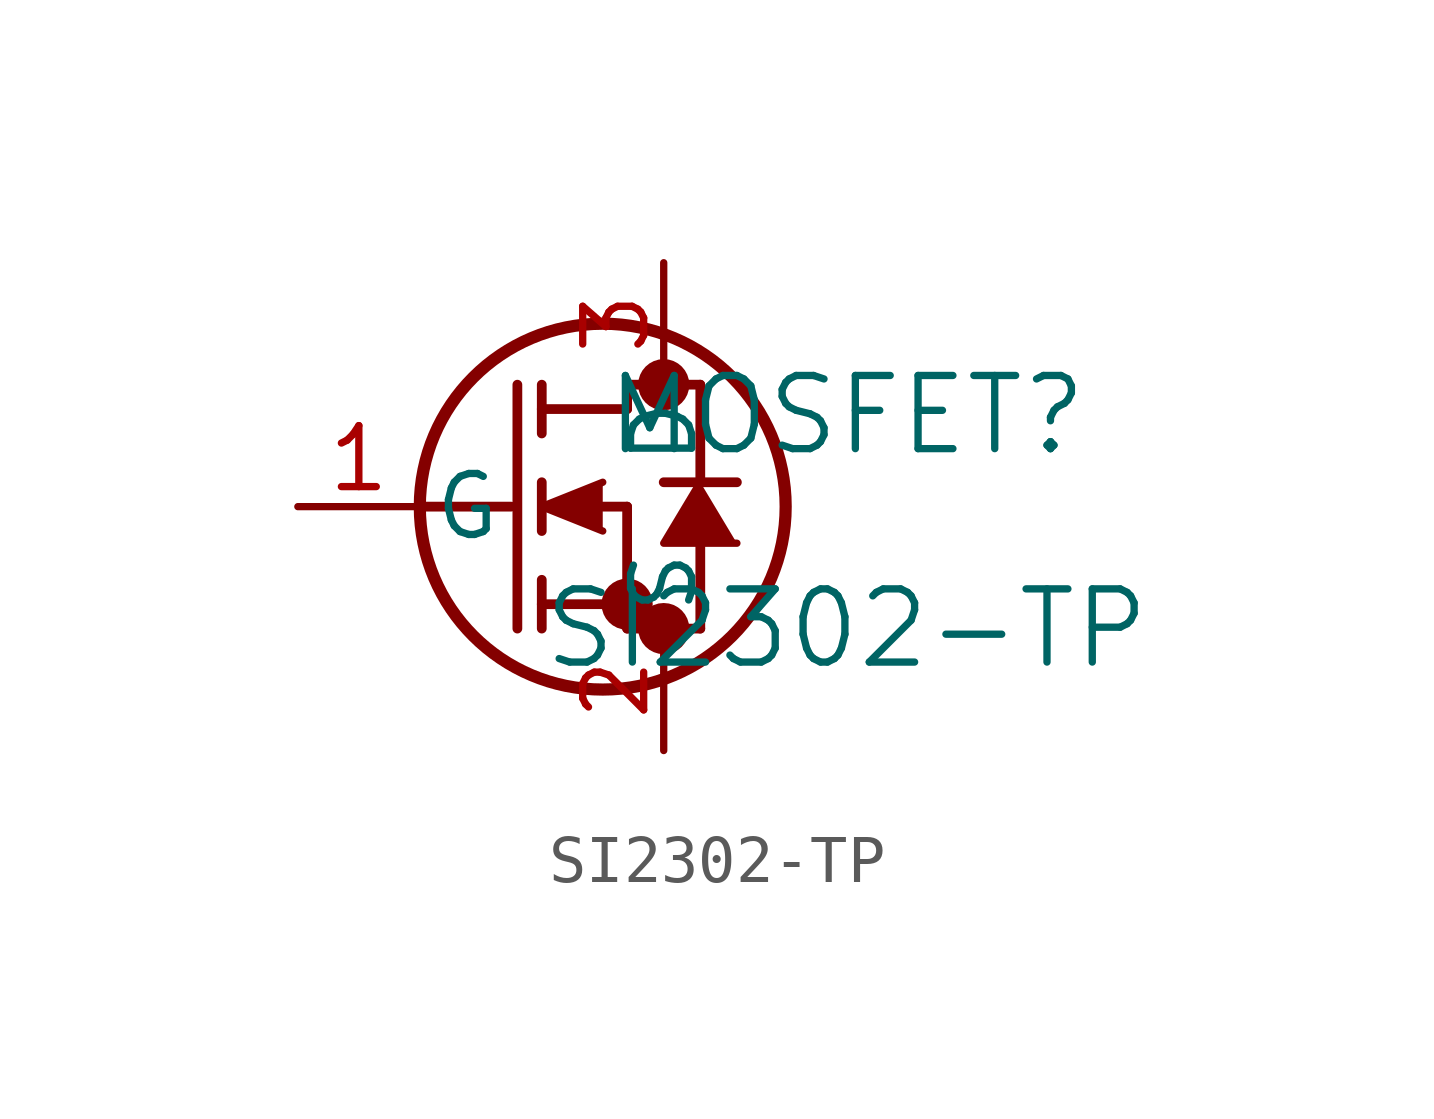
<source format=kicad_sym>
(kicad_symbol_lib
  (version 20211014)
  (generator kicad_symbol_editor)
  (symbol "SI2302-TP"
    (pin_names
      (offset 0.254))
    (property "Reference" "MOSFET"
      (at 11.43 1.905 0)
      (effects (font (size 1.524 1.524))))
    (property "Value" "SI2302-TP"
      (at 11.43 -2.54 0)
      (effects (font (size 1.524 1.524))))
    (symbol "SI2302-TP_0_1"
      (circle (center 7.62 2.54) (radius 0.025) (stroke (width 0.508) (type default) (color 0 0 0 0)) (fill (type none)))
      (circle (center 7.62 -2.54) (radius 0.025) (stroke (width 0.508) (type default) (color 0 0 0 0)) (fill (type none)))
      (circle (center 6.858 -2.032) (radius 0.025) (stroke (width 0.508) (type default) (color 0 0 0 0)) (fill (type none)))
      (circle (center 6.35 0) (radius 3.81) (stroke (width 0.254) (type default) (color 0 0 0 0)) (fill (type none)))
      (polyline (pts (xy 2.54 0) (xy 4.445 0)) (stroke (width 0.203) (type default) (color 0 0 0 0)) (fill (type none)))
      (polyline (pts (xy 4.572 -2.54) (xy 4.572 2.54)) (stroke (width 0.203) (type default) (color 0 0 0 0)) (fill (type none)))
      (polyline (pts (xy 5.08 -0.508) (xy 5.08 0.508)) (stroke (width 0.203) (type default) (color 0 0 0 0)) (fill (type none)))
      (polyline (pts (xy 5.08 -2.54) (xy 5.08 -1.524)) (stroke (width 0.203) (type default) (color 0 0 0 0)) (fill (type none)))
      (polyline (pts (xy 5.08 1.524) (xy 5.08 2.54)) (stroke (width 0.203) (type default) (color 0 0 0 0)) (fill (type none)))
      (polyline (pts (xy 6.35 0) (xy 6.858 0)) (stroke (width 0.203) (type default) (color 0 0 0 0)) (fill (type none)))
      (polyline (pts (xy 5.08 -2.032) (xy 6.858 -2.032)) (stroke (width 0.203) (type default) (color 0 0 0 0)) (fill (type none)))
      (polyline (pts (xy 6.858 -2.54) (xy 6.858 0)) (stroke (width 0.203) (type default) (color 0 0 0 0)) (fill (type none)))
      (polyline (pts (xy 6.858 -2.54) (xy 8.382 -2.54)) (stroke (width 0.203) (type default) (color 0 0 0 0)) (fill (type none)))
      (polyline (pts (xy 5.08 2.032) (xy 6.858 2.032)) (stroke (width 0.203) (type default) (color 0 0 0 0)) (fill (type none)))
      (polyline (pts (xy 8.382 0.508) (xy 8.382 2.54)) (stroke (width 0.203) (type default) (color 0 0 0 0)) (fill (type none)))
      (polyline (pts (xy 6.35 0.508) (xy 5.08 0) (xy 6.35 -0.508)) (stroke (width 0) (type default) (color 0 0 0 0)) (fill (type outline)))
      (polyline (pts (xy 9.144 -0.762) (xy 7.62 -0.762) (xy 8.382 0.508)) (stroke (width 0) (type default) (color 0 0 0 0)) (fill (type outline)))
      (polyline (pts (xy 8.382 -2.54) (xy 8.382 -0.762)) (stroke (width 0.203) (type default) (color 0 0 0 0)) (fill (type none)))
      (polyline (pts (xy 9.144 0.508) (xy 7.62 0.508)) (stroke (width 0.203) (type default) (color 0 0 0 0)) (fill (type none)))
      (polyline (pts (xy 6.858 2.54) (xy 8.382 2.54)) (stroke (width 0.203) (type default) (color 0 0 0 0)) (fill (type none)))
      (polyline (pts (xy 6.858 2.032) (xy 6.858 2.54)) (stroke (width 0.203) (type default) (color 0 0 0 0)) (fill (type none)))
      (pin unspecified line (at 0 0 0) (length 2.54) (name "G" (effects (font (size 1.27 1.27)))) (number "1" (effects (font (size 1.27 1.27)))))
      (pin unspecified line (at 7.62 -5.08 90) (length 2.54) (name "S" (effects (font (size 1.27 1.27)))) (number "2" (effects (font (size 1.27 1.27)))))
      (pin unspecified line (at 7.62 5.08 270) (length 2.54) (name "D" (effects (font (size 1.27 1.27)))) (number "3" (effects (font (size 1.27 1.27))))))))
</source>
